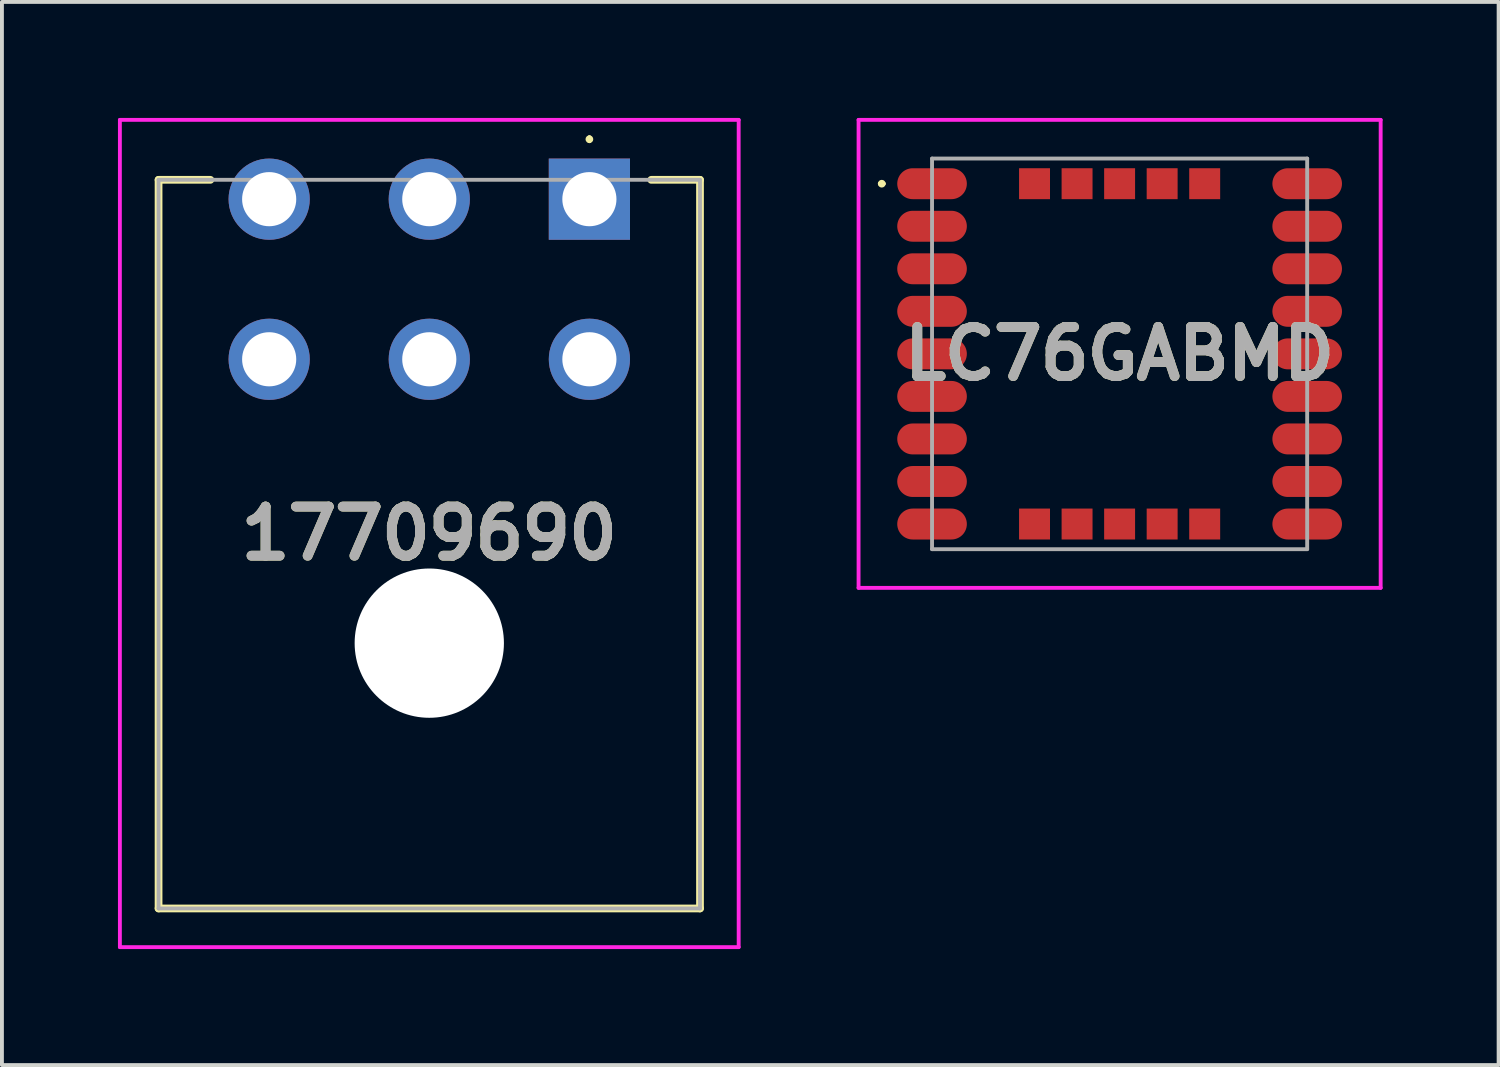
<source format=kicad_pcb>
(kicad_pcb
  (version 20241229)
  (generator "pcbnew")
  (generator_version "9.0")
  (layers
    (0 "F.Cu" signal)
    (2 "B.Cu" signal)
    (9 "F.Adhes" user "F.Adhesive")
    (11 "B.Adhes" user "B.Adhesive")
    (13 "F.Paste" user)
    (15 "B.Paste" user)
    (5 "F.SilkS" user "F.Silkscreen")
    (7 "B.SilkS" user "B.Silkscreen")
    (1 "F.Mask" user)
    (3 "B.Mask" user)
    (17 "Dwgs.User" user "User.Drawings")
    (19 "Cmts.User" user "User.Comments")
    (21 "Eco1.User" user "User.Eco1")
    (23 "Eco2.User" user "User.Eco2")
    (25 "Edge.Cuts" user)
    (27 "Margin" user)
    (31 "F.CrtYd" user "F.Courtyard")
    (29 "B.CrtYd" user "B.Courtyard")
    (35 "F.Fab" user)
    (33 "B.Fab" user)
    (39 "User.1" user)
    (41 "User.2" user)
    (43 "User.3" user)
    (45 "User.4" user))
  (footprint "17709690"
    (layer "F.Cu")
    (at 12.19 2.1)
    (property "Reference" "17709690" (at -4.14 8.645 0) (layer "F.SilkS") (effects (font (size 1.27 1.27) (thickness 0.254))))
    (attr through_hole)
    (fp_line (start -11.14 -0.5) (end -9.8 -0.5) (stroke (width 0.2) (type solid)) (layer "F.SilkS"))
    (fp_line (start -11.14 18.34) (end -11.14 -0.5) (stroke (width 0.2) (type solid)) (layer "F.SilkS"))
    (fp_line (start 0 -1.6) (end 0 -1.6) (stroke (width 0.1) (type solid)) (layer "F.SilkS"))
    (fp_line (start 0 -1.5) (end 0 -1.5) (stroke (width 0.1) (type solid)) (layer "F.SilkS"))
    (fp_line (start 1.6 -0.5) (end 2.86 -0.5) (stroke (width 0.2) (type solid)) (layer "F.SilkS"))
    (fp_line (start 2.86 -0.5) (end 2.86 18.34) (stroke (width 0.2) (type solid)) (layer "F.SilkS"))
    (fp_line (start 2.86 18.34) (end -11.14 18.34) (stroke (width 0.2) (type solid)) (layer "F.SilkS"))
    (fp_arc (start 0 -1.6) (mid 0.05 -1.55) (end 0 -1.5) (stroke (width 0.1) (type solid)) (layer "F.SilkS"))
    (fp_arc (start 0 -1.5) (mid -0.05 -1.55) (end 0 -1.6) (stroke (width 0.1) (type solid)) (layer "F.SilkS"))
    (fp_line (start -12.14 -2.05) (end 3.86 -2.05) (stroke (width 0.1) (type solid)) (layer "F.CrtYd"))
    (fp_line (start -12.14 19.34) (end -12.14 -2.05) (stroke (width 0.1) (type solid)) (layer "F.CrtYd"))
    (fp_line (start 3.86 -2.05) (end 3.86 19.34) (stroke (width 0.1) (type solid)) (layer "F.CrtYd"))
    (fp_line (start 3.86 19.34) (end -12.14 19.34) (stroke (width 0.1) (type solid)) (layer "F.CrtYd"))
    (fp_line (start -11.14 -0.5) (end 2.86 -0.5) (stroke (width 0.1) (type solid)) (layer "F.Fab"))
    (fp_line (start -11.14 18.34) (end -11.14 -0.5) (stroke (width 0.1) (type solid)) (layer "F.Fab"))
    (fp_line (start 2.86 -0.5) (end 2.86 18.34) (stroke (width 0.1) (type solid)) (layer "F.Fab"))
    (fp_line (start 2.86 18.34) (end -11.14 18.34) (stroke (width 0.1) (type solid)) (layer "F.Fab"))
    (fp_text user "${REFERENCE}" (at -4.14 8.645 0) (layer "F.Fab") (effects (font (size 1.27 1.27) (thickness 0.254))))
    (pad "" np_thru_hole circle (at -4.14 11.48) (size 3.86 3.86) (drill 3.86) (layers "*.Cu" "*.Mask"))
    (pad "1" thru_hole rect (at 0 0) (size 2.1 2.1) (drill 1.4) (layers "*.Cu" "*.Mask"))
    (pad "2" thru_hole circle (at -4.14 0) (size 2.1 2.1) (drill 1.4) (layers "*.Cu" "*.Mask"))
    (pad "3" thru_hole circle (at -8.28 0) (size 2.1 2.1) (drill 1.4) (layers "*.Cu" "*.Mask"))
    (pad "4" thru_hole circle (at 0 4.14) (size 2.1 2.1) (drill 1.4) (layers "*.Cu" "*.Mask"))
    (pad "5" thru_hole circle (at -4.14 4.14) (size 2.1 2.1) (drill 1.4) (layers "*.Cu" "*.Mask"))
    (pad "6" thru_hole circle (at -8.28 4.14) (size 2.1 2.1) (drill 1.4) (layers "*.Cu" "*.Mask")))
  (footprint "LC76GABMD"
    (layer "F.Cu")
    (at 25.9 6.1)
    (property "Reference" "LC76GABMD" (at 0 0 0) (layer "F.SilkS") (effects (font (size 1.27 1.27) (thickness 0.254))))
    (attr smd)
    (fp_line (start -6.2 -4.4) (end -6.2 -4.4) (stroke (width 0.1) (type solid)) (layer "F.SilkS"))
    (fp_line (start -6.1 -4.4) (end -6.1 -4.4) (stroke (width 0.1) (type solid)) (layer "F.SilkS"))
    (fp_arc (start -6.2 -4.4) (mid -6.15 -4.45) (end -6.1 -4.4) (stroke (width 0.1) (type solid)) (layer "F.SilkS"))
    (fp_arc (start -6.1 -4.4) (mid -6.15 -4.35) (end -6.2 -4.4) (stroke (width 0.1) (type solid)) (layer "F.SilkS"))
    (fp_line (start -6.75 -6.05) (end 6.75 -6.05) (stroke (width 0.1) (type solid)) (layer "F.CrtYd"))
    (fp_line (start -6.75 6.05) (end -6.75 -6.05) (stroke (width 0.1) (type solid)) (layer "F.CrtYd"))
    (fp_line (start 6.75 -6.05) (end 6.75 6.05) (stroke (width 0.1) (type solid)) (layer "F.CrtYd"))
    (fp_line (start 6.75 6.05) (end -6.75 6.05) (stroke (width 0.1) (type solid)) (layer "F.CrtYd"))
    (fp_line (start -4.85 -5.05) (end 4.85 -5.05) (stroke (width 0.1) (type solid)) (layer "F.Fab"))
    (fp_line (start -4.85 5.05) (end -4.85 -5.05) (stroke (width 0.1) (type solid)) (layer "F.Fab"))
    (fp_line (start 4.85 -5.05) (end 4.85 5.05) (stroke (width 0.1) (type solid)) (layer "F.Fab"))
    (fp_line (start 4.85 5.05) (end -4.85 5.05) (stroke (width 0.1) (type solid)) (layer "F.Fab"))
    (fp_text user "${REFERENCE}" (at 0 0 0) (layer "F.Fab") (effects (font (size 1.27 1.27) (thickness 0.254))))
    (pad "1" smd oval (at -4.85 -4.4 90) (size 0.8 1.8) (layers "F.Cu" "F.Mask" "F.Paste"))
    (pad "2" smd oval (at -4.85 -3.3 90) (size 0.8 1.8) (layers "F.Cu" "F.Mask" "F.Paste"))
    (pad "3" smd oval (at -4.85 -2.2 90) (size 0.8 1.8) (layers "F.Cu" "F.Mask" "F.Paste"))
    (pad "4" smd oval (at -4.85 -1.1 90) (size 0.8 1.8) (layers "F.Cu" "F.Mask" "F.Paste"))
    (pad "5" smd oval (at -4.85 0 90) (size 0.8 1.8) (layers "F.Cu" "F.Mask" "F.Paste"))
    (pad "6" smd oval (at -4.85 1.1 90) (size 0.8 1.8) (layers "F.Cu" "F.Mask" "F.Paste"))
    (pad "7" smd oval (at -4.85 2.2 90) (size 0.8 1.8) (layers "F.Cu" "F.Mask" "F.Paste"))
    (pad "8" smd oval (at -4.85 3.3 90) (size 0.8 1.8) (layers "F.Cu" "F.Mask" "F.Paste"))
    (pad "9" smd oval (at -4.85 4.4 90) (size 0.8 1.8) (layers "F.Cu" "F.Mask" "F.Paste"))
    (pad "10" smd oval (at 4.85 4.4 90) (size 0.8 1.8) (layers "F.Cu" "F.Mask" "F.Paste"))
    (pad "11" smd oval (at 4.85 3.3 90) (size 0.8 1.8) (layers "F.Cu" "F.Mask" "F.Paste"))
    (pad "12" smd oval (at 4.85 2.2 90) (size 0.8 1.8) (layers "F.Cu" "F.Mask" "F.Paste"))
    (pad "13" smd oval (at 4.85 1.1 90) (size 0.8 1.8) (layers "F.Cu" "F.Mask" "F.Paste"))
    (pad "14" smd oval (at 4.85 0 90) (size 0.8 1.8) (layers "F.Cu" "F.Mask" "F.Paste"))
    (pad "15" smd oval (at 4.85 -1.1 90) (size 0.8 1.8) (layers "F.Cu" "F.Mask" "F.Paste"))
    (pad "16" smd oval (at 4.85 -2.2 90) (size 0.8 1.8) (layers "F.Cu" "F.Mask" "F.Paste"))
    (pad "17" smd oval (at 4.85 -3.3 90) (size 0.8 1.8) (layers "F.Cu" "F.Mask" "F.Paste"))
    (pad "18" smd oval (at 4.85 -4.4 90) (size 0.8 1.8) (layers "F.Cu" "F.Mask" "F.Paste"))
    (pad "19" smd rect (at 2.2 -4.4 90) (size 0.8 0.8) (layers "F.Cu" "F.Mask" "F.Paste"))
    (pad "20" smd rect (at 1.1 -4.4 90) (size 0.8 0.8) (layers "F.Cu" "F.Mask" "F.Paste"))
    (pad "21" smd rect (at 0 -4.4 90) (size 0.8 0.8) (layers "F.Cu" "F.Mask" "F.Paste"))
    (pad "22" smd rect (at -1.1 -4.4 90) (size 0.8 0.8) (layers "F.Cu" "F.Mask" "F.Paste"))
    (pad "23" smd rect (at -2.2 -4.4 90) (size 0.8 0.8) (layers "F.Cu" "F.Mask" "F.Paste"))
    (pad "24" smd rect (at -2.2 4.4 90) (size 0.8 0.8) (layers "F.Cu" "F.Mask" "F.Paste"))
    (pad "25" smd rect (at -1.1 4.4 90) (size 0.8 0.8) (layers "F.Cu" "F.Mask" "F.Paste"))
    (pad "26" smd rect (at 0 4.4 90) (size 0.8 0.8) (layers "F.Cu" "F.Mask" "F.Paste"))
    (pad "27" smd rect (at 1.1 4.4 90) (size 0.8 0.8) (layers "F.Cu" "F.Mask" "F.Paste"))
    (pad "28" smd rect (at 2.2 4.4 90) (size 0.8 0.8) (layers "F.Cu" "F.Mask" "F.Paste")))
  (gr_rect
    (start -3 -3)
    (end 35.7 24.49)
    (stroke (width 0.1) (type default))
    (fill no)
    (layer "Edge.Cuts")))
</source>
